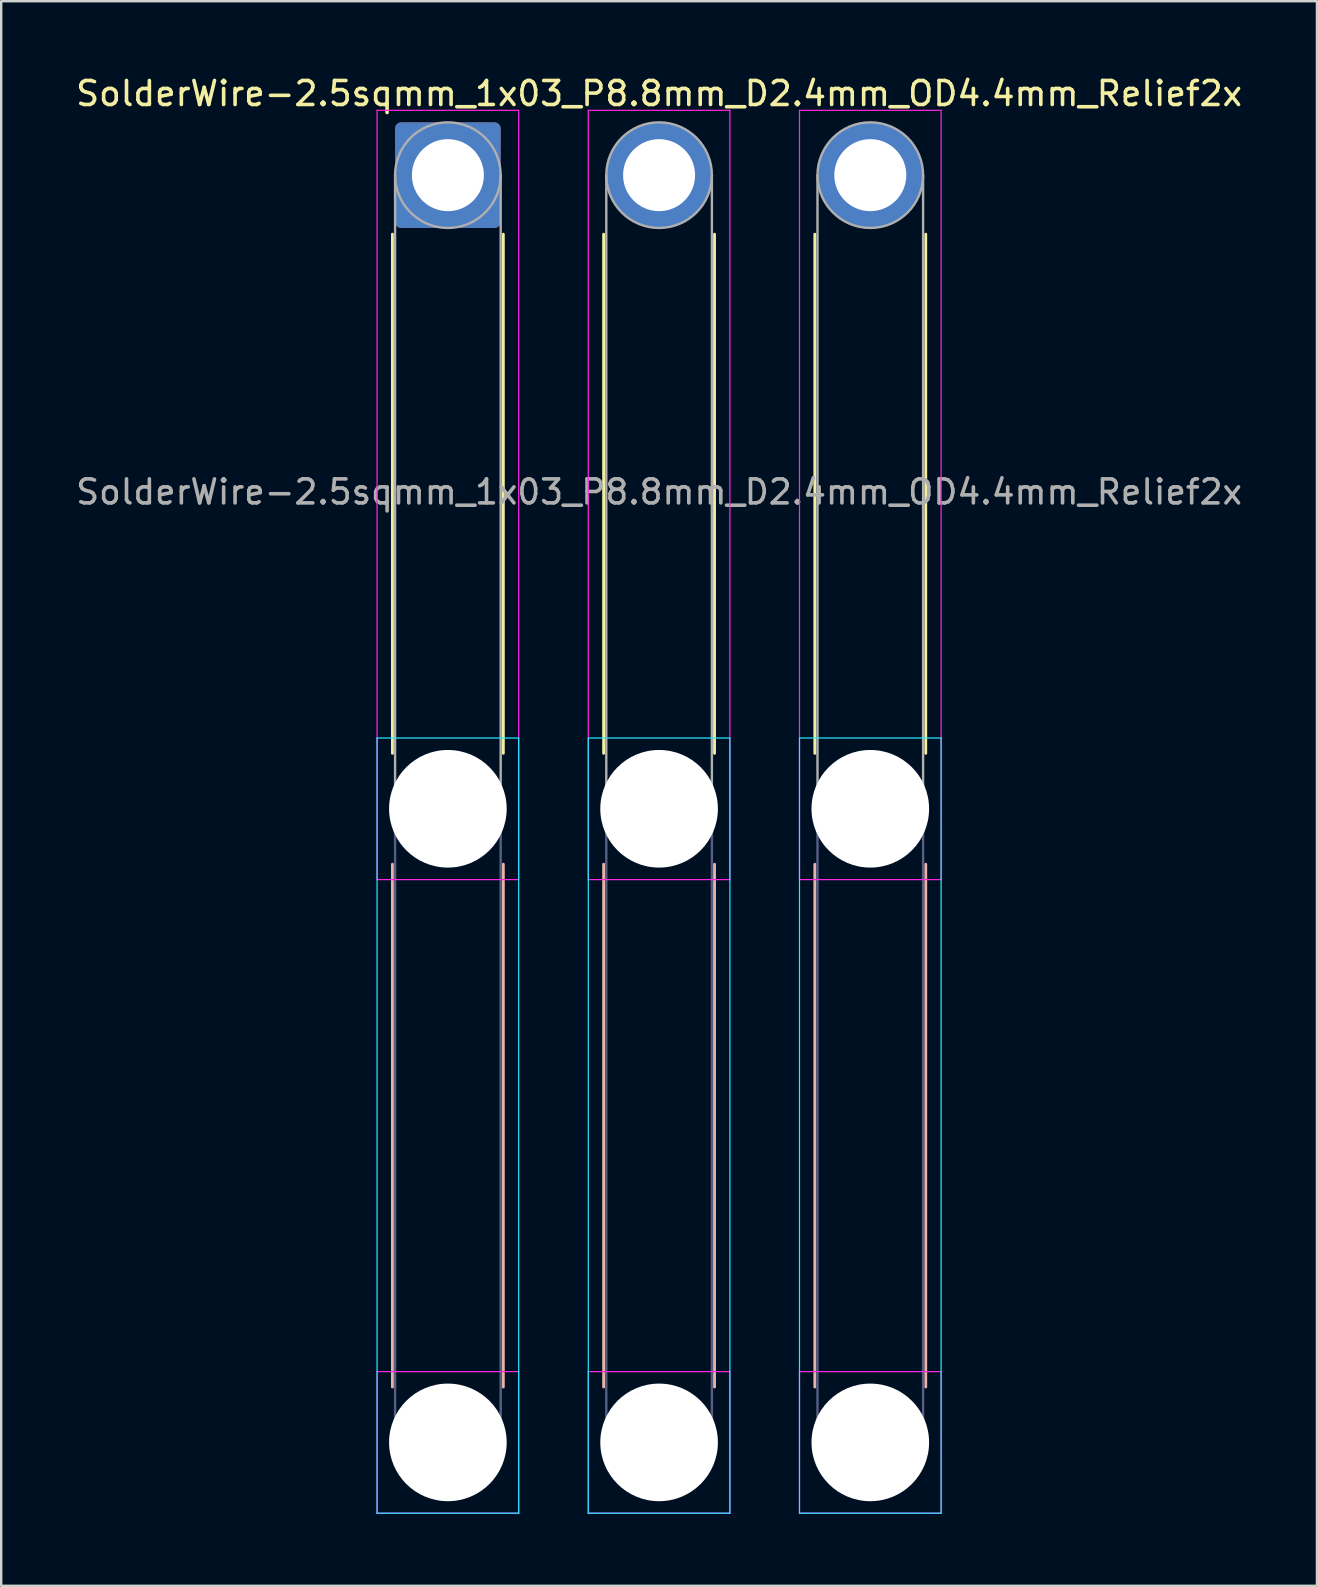
<source format=kicad_pcb>
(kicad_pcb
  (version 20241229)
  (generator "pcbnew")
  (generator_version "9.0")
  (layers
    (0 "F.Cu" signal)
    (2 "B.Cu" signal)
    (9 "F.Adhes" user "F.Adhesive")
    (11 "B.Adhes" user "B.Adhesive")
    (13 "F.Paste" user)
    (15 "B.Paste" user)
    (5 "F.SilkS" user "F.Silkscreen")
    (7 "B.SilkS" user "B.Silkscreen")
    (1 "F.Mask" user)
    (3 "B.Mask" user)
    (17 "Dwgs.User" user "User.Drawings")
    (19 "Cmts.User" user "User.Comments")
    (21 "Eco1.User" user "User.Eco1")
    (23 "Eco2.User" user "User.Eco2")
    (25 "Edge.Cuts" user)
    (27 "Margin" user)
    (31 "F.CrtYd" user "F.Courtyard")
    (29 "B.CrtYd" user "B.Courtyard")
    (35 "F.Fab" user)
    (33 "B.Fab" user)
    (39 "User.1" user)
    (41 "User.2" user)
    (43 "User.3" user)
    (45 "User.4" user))
  (footprint "SolderWire-2.5sqmm_1x03_P8.8mm_D2.4mm_OD4.4mm_Relief2x"
    (layer "F.Cu")
    (at 15.611 4.248)
    (property "Reference" "SolderWire-2.5sqmm_1x03_P8.8mm_D2.4mm_OD4.4mm_Relief2x" (at 8.8 -3.4 0) (layer "F.SilkS") (effects (font (size 1 1) (thickness 0.15))))
    (attr exclude_from_pos_files exclude_from_bom)
    (fp_line (start -2.31 2.46) (end -2.31 24.09) (stroke (width 0.12) (type solid)) (layer "F.SilkS"))
    (fp_line (start 2.31 2.46) (end 2.31 24.09) (stroke (width 0.12) (type solid)) (layer "F.SilkS"))
    (fp_line (start 6.49 2.46) (end 6.49 24.09) (stroke (width 0.12) (type solid)) (layer "F.SilkS"))
    (fp_line (start 11.11 2.46) (end 11.11 24.09) (stroke (width 0.12) (type solid)) (layer "F.SilkS"))
    (fp_line (start 15.29 2.46) (end 15.29 24.09) (stroke (width 0.12) (type solid)) (layer "F.SilkS"))
    (fp_line (start 19.91 2.46) (end 19.91 24.09) (stroke (width 0.12) (type solid)) (layer "F.SilkS"))
    (fp_line (start -2.31 28.71) (end -2.31 50.49) (stroke (width 0.12) (type solid)) (layer "B.SilkS"))
    (fp_line (start 2.31 28.71) (end 2.31 50.49) (stroke (width 0.12) (type solid)) (layer "B.SilkS"))
    (fp_line (start 6.49 28.71) (end 6.49 50.49) (stroke (width 0.12) (type solid)) (layer "B.SilkS"))
    (fp_line (start 11.11 28.71) (end 11.11 50.49) (stroke (width 0.12) (type solid)) (layer "B.SilkS"))
    (fp_line (start 15.29 28.71) (end 15.29 50.49) (stroke (width 0.12) (type solid)) (layer "B.SilkS"))
    (fp_line (start 19.91 28.71) (end 19.91 50.49) (stroke (width 0.12) (type solid)) (layer "B.SilkS"))
    (fp_line (start -2.95 23.45) (end -2.95 55.75) (stroke (width 0.05) (type solid)) (layer "B.CrtYd"))
    (fp_line (start -2.95 55.75) (end 2.95 55.75) (stroke (width 0.05) (type solid)) (layer "B.CrtYd"))
    (fp_line (start 2.95 23.45) (end -2.95 23.45) (stroke (width 0.05) (type solid)) (layer "B.CrtYd"))
    (fp_line (start 2.95 55.75) (end 2.95 23.45) (stroke (width 0.05) (type solid)) (layer "B.CrtYd"))
    (fp_line (start 5.85 23.45) (end 5.85 55.75) (stroke (width 0.05) (type solid)) (layer "B.CrtYd"))
    (fp_line (start 5.85 55.75) (end 11.75 55.75) (stroke (width 0.05) (type solid)) (layer "B.CrtYd"))
    (fp_line (start 11.75 23.45) (end 5.85 23.45) (stroke (width 0.05) (type solid)) (layer "B.CrtYd"))
    (fp_line (start 11.75 55.75) (end 11.75 23.45) (stroke (width 0.05) (type solid)) (layer "B.CrtYd"))
    (fp_line (start 14.65 23.45) (end 14.65 55.75) (stroke (width 0.05) (type solid)) (layer "B.CrtYd"))
    (fp_line (start 14.65 55.75) (end 20.55 55.75) (stroke (width 0.05) (type solid)) (layer "B.CrtYd"))
    (fp_line (start 20.55 23.45) (end 14.65 23.45) (stroke (width 0.05) (type solid)) (layer "B.CrtYd"))
    (fp_line (start 20.55 55.75) (end 20.55 23.45) (stroke (width 0.05) (type solid)) (layer "B.CrtYd"))
    (fp_line (start -2.95 -2.7) (end -2.95 29.35) (stroke (width 0.05) (type solid)) (layer "F.CrtYd"))
    (fp_line (start -2.95 29.35) (end 2.95 29.35) (stroke (width 0.05) (type solid)) (layer "F.CrtYd"))
    (fp_line (start -2.95 49.85) (end -2.95 55.75) (stroke (width 0.05) (type solid)) (layer "F.CrtYd"))
    (fp_line (start -2.95 55.75) (end 2.95 55.75) (stroke (width 0.05) (type solid)) (layer "F.CrtYd"))
    (fp_line (start 2.95 -2.7) (end -2.95 -2.7) (stroke (width 0.05) (type solid)) (layer "F.CrtYd"))
    (fp_line (start 2.95 29.35) (end 2.95 -2.7) (stroke (width 0.05) (type solid)) (layer "F.CrtYd"))
    (fp_line (start 2.95 49.85) (end -2.95 49.85) (stroke (width 0.05) (type solid)) (layer "F.CrtYd"))
    (fp_line (start 2.95 55.75) (end 2.95 49.85) (stroke (width 0.05) (type solid)) (layer "F.CrtYd"))
    (fp_line (start 5.85 -2.7) (end 5.85 29.35) (stroke (width 0.05) (type solid)) (layer "F.CrtYd"))
    (fp_line (start 5.85 29.35) (end 11.75 29.35) (stroke (width 0.05) (type solid)) (layer "F.CrtYd"))
    (fp_line (start 5.85 49.85) (end 5.85 55.75) (stroke (width 0.05) (type solid)) (layer "F.CrtYd"))
    (fp_line (start 5.85 55.75) (end 11.75 55.75) (stroke (width 0.05) (type solid)) (layer "F.CrtYd"))
    (fp_line (start 11.75 -2.7) (end 5.85 -2.7) (stroke (width 0.05) (type solid)) (layer "F.CrtYd"))
    (fp_line (start 11.75 29.35) (end 11.75 -2.7) (stroke (width 0.05) (type solid)) (layer "F.CrtYd"))
    (fp_line (start 11.75 49.85) (end 5.85 49.85) (stroke (width 0.05) (type solid)) (layer "F.CrtYd"))
    (fp_line (start 11.75 55.75) (end 11.75 49.85) (stroke (width 0.05) (type solid)) (layer "F.CrtYd"))
    (fp_line (start 14.65 -2.7) (end 14.65 29.35) (stroke (width 0.05) (type solid)) (layer "F.CrtYd"))
    (fp_line (start 14.65 29.35) (end 20.55 29.35) (stroke (width 0.05) (type solid)) (layer "F.CrtYd"))
    (fp_line (start 14.65 49.85) (end 14.65 55.75) (stroke (width 0.05) (type solid)) (layer "F.CrtYd"))
    (fp_line (start 14.65 55.75) (end 20.55 55.75) (stroke (width 0.05) (type solid)) (layer "F.CrtYd"))
    (fp_line (start 20.55 -2.7) (end 14.65 -2.7) (stroke (width 0.05) (type solid)) (layer "F.CrtYd"))
    (fp_line (start 20.55 29.35) (end 20.55 -2.7) (stroke (width 0.05) (type solid)) (layer "F.CrtYd"))
    (fp_line (start 20.55 49.85) (end 14.65 49.85) (stroke (width 0.05) (type solid)) (layer "F.CrtYd"))
    (fp_line (start 20.55 55.75) (end 20.55 49.85) (stroke (width 0.05) (type solid)) (layer "F.CrtYd"))
    (fp_line (start -2.2 26.4) (end -2.2 52.8) (stroke (width 0.1) (type solid)) (layer "B.Fab"))
    (fp_line (start 2.2 26.4) (end 2.2 52.8) (stroke (width 0.1) (type solid)) (layer "B.Fab"))
    (fp_line (start 6.6 26.4) (end 6.6 52.8) (stroke (width 0.1) (type solid)) (layer "B.Fab"))
    (fp_line (start 11 26.4) (end 11 52.8) (stroke (width 0.1) (type solid)) (layer "B.Fab"))
    (fp_line (start 15.4 26.4) (end 15.4 52.8) (stroke (width 0.1) (type solid)) (layer "B.Fab"))
    (fp_line (start 19.8 26.4) (end 19.8 52.8) (stroke (width 0.1) (type solid)) (layer "B.Fab"))
    (fp_circle (center 0 26.4) (end 2.2 26.4) (stroke (width 0.1) (type solid)) (fill no) (layer "B.Fab"))
    (fp_circle (center 0 52.8) (end 2.2 52.8) (stroke (width 0.1) (type solid)) (fill no) (layer "B.Fab"))
    (fp_circle (center 8.8 26.4) (end 11 26.4) (stroke (width 0.1) (type solid)) (fill no) (layer "B.Fab"))
    (fp_circle (center 8.8 52.8) (end 11 52.8) (stroke (width 0.1) (type solid)) (fill no) (layer "B.Fab"))
    (fp_circle (center 17.6 26.4) (end 19.8 26.4) (stroke (width 0.1) (type solid)) (fill no) (layer "B.Fab"))
    (fp_circle (center 17.6 52.8) (end 19.8 52.8) (stroke (width 0.1) (type solid)) (fill no) (layer "B.Fab"))
    (fp_line (start -2.2 0) (end -2.2 26.4) (stroke (width 0.1) (type solid)) (layer "F.Fab"))
    (fp_line (start 2.2 0) (end 2.2 26.4) (stroke (width 0.1) (type solid)) (layer "F.Fab"))
    (fp_line (start 6.6 0) (end 6.6 26.4) (stroke (width 0.1) (type solid)) (layer "F.Fab"))
    (fp_line (start 11 0) (end 11 26.4) (stroke (width 0.1) (type solid)) (layer "F.Fab"))
    (fp_line (start 15.4 0) (end 15.4 26.4) (stroke (width 0.1) (type solid)) (layer "F.Fab"))
    (fp_line (start 19.8 0) (end 19.8 26.4) (stroke (width 0.1) (type solid)) (layer "F.Fab"))
    (fp_circle (center 0 0) (end 2.2 0) (stroke (width 0.1) (type solid)) (fill no) (layer "F.Fab"))
    (fp_circle (center 0 26.4) (end 2.2 26.4) (stroke (width 0.1) (type solid)) (fill no) (layer "F.Fab"))
    (fp_circle (center 0 52.8) (end 2.2 52.8) (stroke (width 0.1) (type solid)) (fill no) (layer "F.Fab"))
    (fp_circle (center 8.8 0) (end 11 0) (stroke (width 0.1) (type solid)) (fill no) (layer "F.Fab"))
    (fp_circle (center 8.8 26.4) (end 11 26.4) (stroke (width 0.1) (type solid)) (fill no) (layer "F.Fab"))
    (fp_circle (center 8.8 52.8) (end 11 52.8) (stroke (width 0.1) (type solid)) (fill no) (layer "F.Fab"))
    (fp_circle (center 17.6 0) (end 19.8 0) (stroke (width 0.1) (type solid)) (fill no) (layer "F.Fab"))
    (fp_circle (center 17.6 26.4) (end 19.8 26.4) (stroke (width 0.1) (type solid)) (fill no) (layer "F.Fab"))
    (fp_circle (center 17.6 52.8) (end 19.8 52.8) (stroke (width 0.1) (type solid)) (fill no) (layer "F.Fab"))
    (fp_text user "${REFERENCE}" (at 8.8 13.2 0) (layer "F.Fab") (effects (font (size 1 1) (thickness 0.15))))
    (pad "" np_thru_hole circle (at 0 26.4) (size 4.9 4.9) (drill 4.9) (layers "*.Cu" "*.Mask"))
    (pad "" np_thru_hole circle (at 0 52.8) (size 4.9 4.9) (drill 4.9) (layers "*.Cu" "*.Mask"))
    (pad "" np_thru_hole circle (at 8.8 26.4) (size 4.9 4.9) (drill 4.9) (layers "*.Cu" "*.Mask"))
    (pad "" np_thru_hole circle (at 8.8 52.8) (size 4.9 4.9) (drill 4.9) (layers "*.Cu" "*.Mask"))
    (pad "" np_thru_hole circle (at 17.6 26.4) (size 4.9 4.9) (drill 4.9) (layers "*.Cu" "*.Mask"))
    (pad "" np_thru_hole circle (at 17.6 52.8) (size 4.9 4.9) (drill 4.9) (layers "*.Cu" "*.Mask"))
    (pad "1" thru_hole roundrect (at 0 0) (size 4.4 4.4) (drill 3) (layers "*.Cu" "*.Mask") (roundrect_rratio 0.057))
    (pad "2" thru_hole circle (at 8.8 0) (size 4.4 4.4) (drill 3) (layers "*.Cu" "*.Mask"))
    (pad "3" thru_hole circle (at 17.6 0) (size 4.4 4.4) (drill 3) (layers "*.Cu" "*.Mask")))
  (gr_rect
    (start -3 -3)
    (end 51.821 63.023)
    (stroke (width 0.1) (type default))
    (fill no)
    (layer "Edge.Cuts")))
</source>
